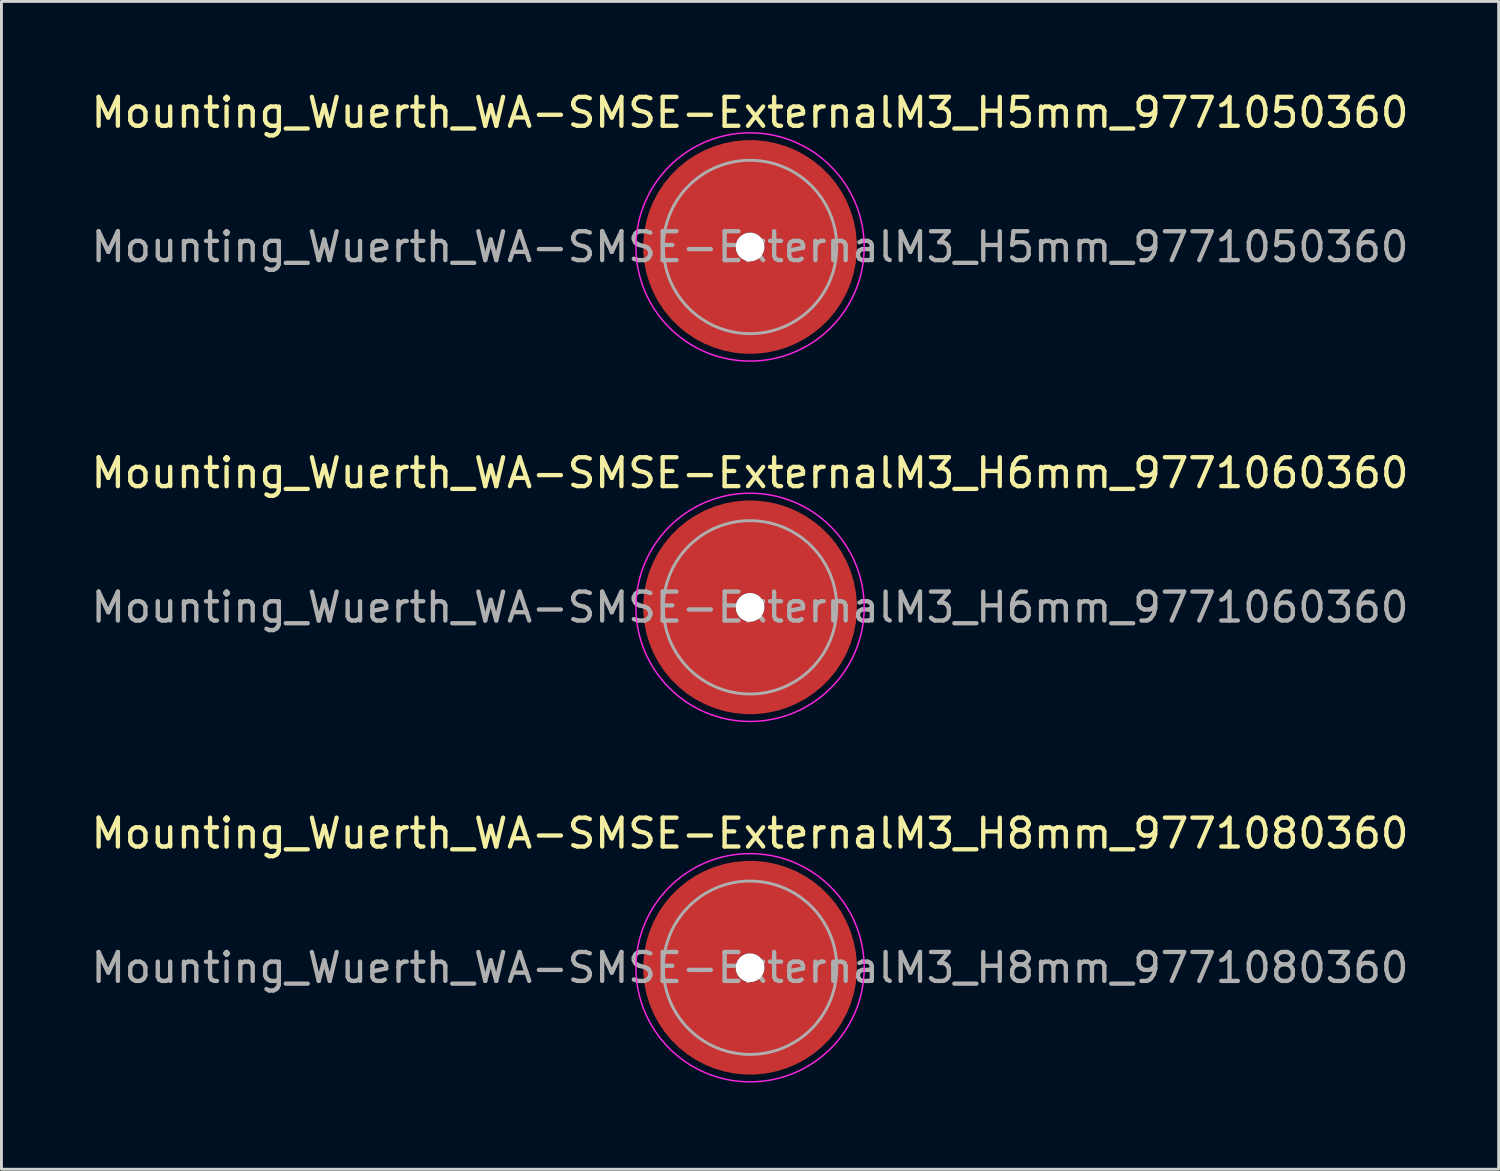
<source format=kicad_pcb>
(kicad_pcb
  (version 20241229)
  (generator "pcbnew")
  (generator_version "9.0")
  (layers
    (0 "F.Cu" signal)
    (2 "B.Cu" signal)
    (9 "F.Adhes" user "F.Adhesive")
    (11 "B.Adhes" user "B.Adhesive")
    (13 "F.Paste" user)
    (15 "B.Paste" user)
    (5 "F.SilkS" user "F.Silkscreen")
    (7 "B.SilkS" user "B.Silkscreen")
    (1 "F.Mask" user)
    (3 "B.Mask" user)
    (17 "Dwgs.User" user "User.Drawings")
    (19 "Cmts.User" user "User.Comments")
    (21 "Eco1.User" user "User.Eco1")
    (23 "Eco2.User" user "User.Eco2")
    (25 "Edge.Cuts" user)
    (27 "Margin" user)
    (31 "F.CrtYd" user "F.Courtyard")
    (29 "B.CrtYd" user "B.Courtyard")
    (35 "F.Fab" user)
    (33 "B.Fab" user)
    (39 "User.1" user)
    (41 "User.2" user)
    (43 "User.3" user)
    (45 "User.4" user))
  (footprint "Mounting_Wuerth_WA-SMSE-ExternalM3_H5mm_9771050360"
    (layer "F.Cu")
    (at 22.911 5.498)
    (property "Reference" "Mounting_Wuerth_WA-SMSE-ExternalM3_H5mm_9771050360" (at 0 -4.65 0) (layer "F.SilkS") (effects (font (size 1 1) (thickness 0.15))))
    (attr smd)
    (fp_circle (center 0 0) (end 3.95 0) (stroke (width 0.05) (type solid)) (fill no) (layer "F.CrtYd"))
    (fp_circle (center 0 0) (end 3 0) (stroke (width 0.1) (type solid)) (fill no) (layer "F.Fab"))
    (fp_text user "${REFERENCE}" (at 0 0 0) (layer "F.Fab") (effects (font (size 1 1) (thickness 0.15))))
    (pad "" smd custom (at 0 -2.1) (size 2.6 2.6) (layers "F.Paste") (options (anchor circle)) (primitives (gr_arc (start -0.305123 1.47) (mid -0.000513 1.4) (end 0.3042 1.469554) (width 0.2)) (gr_arc (start -0.493052 1.47) (mid -0.000664 1.3) (end 0.492006 1.469183) (width 0.2)) (gr_arc (start -0.642729 1.47) (mid -0.000361 1.2) (end 0.642223 1.469484) (width 0.2)) (gr_arc (start -0.776595 1.47) (mid -0.00087 1.1) (end 0.775497 1.468649) (width 0.2)) (gr_arc (start -0.901721 1.47) (mid -0.00018 1) (end 0.901515 1.469705) (width 0.2)) (gr_arc (start -1.021323 1.47) (mid -0.000665 0.9) (end 1.020624 1.468868) (width 0.2)) (gr_arc (start -1.137146 1.47) (mid -0.000289 0.8) (end 1.136866 1.469495) (width 0.2)) (gr_arc (start -1.25024 1.47) (mid -0.000155 0.7) (end 1.250101 1.469724) (width 0.2)) (gr_arc (start -1.361286 1.47) (mid -0.000403 0.6) (end 1.360947 1.469268) (width 0.2)) (gr_arc (start -1.470748 1.47) (mid -0.000334 0.5) (end 1.470485 1.469386) (width 0.2)) (gr_arc (start -1.578955 1.47) (mid -0.001427 0.400001) (end 1.577895 1.46735) (width 0.2)) (gr_arc (start -1.686149 1.47) (mid -0.000398 0.3) (end 1.68587 1.469254) (width 0.2)) (gr_arc (start -1.792512 1.47) (mid -0.001173 0.200001) (end 1.791733 1.467788) (width 0.2)) (gr_arc (start -1.898183 1.47) (mid -0.001368 0.100001) (end 1.89732 1.467404) (width 0.2)) (gr_arc (start -2.003272 1.47) (mid -0.001554 0.000001) (end 2.002338 1.467036) (width 0.2)) (gr_arc (start -2.107866 1.47) (mid -0.00037 -0.1) (end 2.107654 1.469292) (width 0.2)) (gr_arc (start -2.212035 1.47) (mid -0.00011 -0.2) (end 2.211975 1.469788) (width 0.2)) (gr_arc (start -2.315837 1.47) (mid -0.001322 -0.3) (end 2.315142 1.46745) (width 0.2)) (gr_arc (start -2.419318 1.47) (mid -0.000179 -0.4) (end 2.419228 1.469653) (width 0.2)) (gr_arc (start -2.522519 1.47) (mid -0.001235 -0.5) (end 2.521919 1.467604) (width 0.2)) (gr_arc (start -2.625471 1.47) (mid -0.000311 -0.6) (end 2.625326 1.469395) (width 0.2)) (gr_arc (start -2.728205 1.47) (mid -0.002303 -0.7) (end 2.727165 1.465513) (width 0.2)) (gr_arc (start -2.830742 1.47) (mid -0.000149 -0.8) (end 2.830677 1.469709) (width 0.2)) (gr_arc (start -2.933104 1.47) (mid -0.001447 -0.899999) (end 2.932495 1.46717) (width 0.2)) (gr_arc (start -3.035309 1.47) (mid -0.001317 -1) (end 3.034773 1.467421) (width 0.2)) (gr_arc (start -3.137372 1.47) (mid -0.002554 -1.099999) (end 3.136362 1.464993) (width 0.2)) (gr_arc (start -3.239305 1.47) (mid -0.002543 -1.199999) (end 3.23833 1.465008) (width 0.2)) (gr_arc (start -3.341123 1.47) (mid -0.001289 -1.3) (end 3.340644 1.467467) (width 0.2)) (gr_arc (start -3.442833 1.47) (mid -0.001847 -1.399999) (end 3.442166 1.466366) (width 0.2)) (gr_line (start 0.305 1.47) (end 3.443 1.47) (width 0.2)) (gr_line (start -0.305 1.47) (end -3.443 1.47) (width 0.2))))
    (pad "" np_thru_hole circle (at 0 0) (size 1 1) (drill 1) (layers "*.Cu" "*.Mask"))
    (pad "" smd custom (at 0 2.1) (size 2.6 2.6) (layers "F.Paste") (options (anchor circle)) (primitives (gr_arc (start 0.305123 -1.47) (mid 0.000513 -1.4) (end -0.3042 -1.469554) (width 0.2)) (gr_arc (start 0.493052 -1.47) (mid 0.000664 -1.3) (end -0.492006 -1.469183) (width 0.2)) (gr_arc (start 0.642729 -1.47) (mid 0.000361 -1.2) (end -0.642223 -1.469484) (width 0.2)) (gr_arc (start 0.776595 -1.47) (mid 0.00087 -1.1) (end -0.775497 -1.468649) (width 0.2)) (gr_arc (start 0.901721 -1.47) (mid 0.00018 -1) (end -0.901515 -1.469705) (width 0.2)) (gr_arc (start 1.021323 -1.47) (mid 0.000665 -0.9) (end -1.020624 -1.468868) (width 0.2)) (gr_arc (start 1.137146 -1.47) (mid 0.000289 -0.8) (end -1.136866 -1.469495) (width 0.2)) (gr_arc (start 1.25024 -1.47) (mid 0.000155 -0.7) (end -1.250101 -1.469724) (width 0.2)) (gr_arc (start 1.361286 -1.47) (mid 0.000403 -0.6) (end -1.360947 -1.469268) (width 0.2)) (gr_arc (start 1.470748 -1.47) (mid 0.000334 -0.5) (end -1.470485 -1.469386) (width 0.2)) (gr_arc (start 1.578955 -1.47) (mid 0.001427 -0.400001) (end -1.577895 -1.46735) (width 0.2)) (gr_arc (start 1.686149 -1.47) (mid 0.000398 -0.3) (end -1.68587 -1.469254) (width 0.2)) (gr_arc (start 1.792512 -1.47) (mid 0.001173 -0.200001) (end -1.791733 -1.467788) (width 0.2)) (gr_arc (start 1.898183 -1.47) (mid 0.001368 -0.100001) (end -1.89732 -1.467404) (width 0.2)) (gr_arc (start 2.003272 -1.47) (mid 0.001554 -0.000001) (end -2.002338 -1.467036) (width 0.2)) (gr_arc (start 2.107866 -1.47) (mid 0.00037 0.1) (end -2.107654 -1.469292) (width 0.2)) (gr_arc (start 2.212035 -1.47) (mid 0.00011 0.2) (end -2.211975 -1.469788) (width 0.2)) (gr_arc (start 2.315837 -1.47) (mid 0.001322 0.3) (end -2.315142 -1.46745) (width 0.2)) (gr_arc (start 2.419318 -1.47) (mid 0.000179 0.4) (end -2.419228 -1.469653) (width 0.2)) (gr_arc (start 2.522519 -1.47) (mid 0.001235 0.5) (end -2.521919 -1.467604) (width 0.2)) (gr_arc (start 2.625471 -1.47) (mid 0.000311 0.6) (end -2.625326 -1.469395) (width 0.2)) (gr_arc (start 2.728205 -1.47) (mid 0.002303 0.7) (end -2.727165 -1.465513) (width 0.2)) (gr_arc (start 2.830742 -1.47) (mid 0.000149 0.8) (end -2.830677 -1.469709) (width 0.2)) (gr_arc (start 2.933104 -1.47) (mid 0.001447 0.899999) (end -2.932495 -1.46717) (width 0.2)) (gr_arc (start 3.035309 -1.47) (mid 0.001317 1) (end -3.034773 -1.467421) (width 0.2)) (gr_arc (start 3.137372 -1.47) (mid 0.002554 1.099999) (end -3.136362 -1.464993) (width 0.2)) (gr_arc (start 3.239305 -1.47) (mid 0.002543 1.199999) (end -3.23833 -1.465008) (width 0.2)) (gr_arc (start 3.341123 -1.47) (mid 0.001289 1.3) (end -3.340644 -1.467467) (width 0.2)) (gr_arc (start 3.442833 -1.47) (mid 0.001847 1.399999) (end -3.442166 -1.466366) (width 0.2)) (gr_line (start -0.305 -1.47) (end -3.443 -1.47) (width 0.2)) (gr_line (start 0.305 -1.47) (end 3.443 -1.47) (width 0.2))))
    (pad "1" smd circle (at -2.1 0) (size 2.8 2.8) (layers "F.Cu"))
    (pad "1" smd circle (at 0 -2.1) (size 2.8 2.8) (layers "F.Cu"))
    (pad "1" smd circle (at 0 2.1) (size 2.8 2.8) (layers "F.Cu"))
    (pad "1" smd custom (at 2.1 0) (size 2.8 2.8) (layers "F.Cu" "F.Mask") (options (anchor circle)) (primitives (gr_circle (center -2.1 0) (end 0 0) (width 3.2) (fill no)))))
  (footprint "Mounting_Wuerth_WA-SMSE-ExternalM3_H6mm_9771060360"
    (layer "F.Cu")
    (at 22.911 17.971)
    (property "Reference" "Mounting_Wuerth_WA-SMSE-ExternalM3_H6mm_9771060360" (at 0 -4.65 0) (layer "F.SilkS") (effects (font (size 1 1) (thickness 0.15))))
    (attr smd)
    (fp_circle (center 0 0) (end 3.95 0) (stroke (width 0.05) (type solid)) (fill no) (layer "F.CrtYd"))
    (fp_circle (center 0 0) (end 3 0) (stroke (width 0.1) (type solid)) (fill no) (layer "F.Fab"))
    (fp_text user "${REFERENCE}" (at 0 0 0) (layer "F.Fab") (effects (font (size 1 1) (thickness 0.15))))
    (pad "" smd custom (at 0 -2.1) (size 2.6 2.6) (layers "F.Paste") (options (anchor circle)) (primitives (gr_arc (start -0.305123 1.47) (mid -0.000513 1.4) (end 0.3042 1.469554) (width 0.2)) (gr_arc (start -0.493052 1.47) (mid -0.000664 1.3) (end 0.492006 1.469183) (width 0.2)) (gr_arc (start -0.642729 1.47) (mid -0.000361 1.2) (end 0.642223 1.469484) (width 0.2)) (gr_arc (start -0.776595 1.47) (mid -0.00087 1.1) (end 0.775497 1.468649) (width 0.2)) (gr_arc (start -0.901721 1.47) (mid -0.00018 1) (end 0.901515 1.469705) (width 0.2)) (gr_arc (start -1.021323 1.47) (mid -0.000665 0.9) (end 1.020624 1.468868) (width 0.2)) (gr_arc (start -1.137146 1.47) (mid -0.000289 0.8) (end 1.136866 1.469495) (width 0.2)) (gr_arc (start -1.25024 1.47) (mid -0.000155 0.7) (end 1.250101 1.469724) (width 0.2)) (gr_arc (start -1.361286 1.47) (mid -0.000403 0.6) (end 1.360947 1.469268) (width 0.2)) (gr_arc (start -1.470748 1.47) (mid -0.000334 0.5) (end 1.470485 1.469386) (width 0.2)) (gr_arc (start -1.578955 1.47) (mid -0.001427 0.400001) (end 1.577895 1.46735) (width 0.2)) (gr_arc (start -1.686149 1.47) (mid -0.000398 0.3) (end 1.68587 1.469254) (width 0.2)) (gr_arc (start -1.792512 1.47) (mid -0.001173 0.200001) (end 1.791733 1.467788) (width 0.2)) (gr_arc (start -1.898183 1.47) (mid -0.001368 0.100001) (end 1.89732 1.467404) (width 0.2)) (gr_arc (start -2.003272 1.47) (mid -0.001554 0.000001) (end 2.002338 1.467036) (width 0.2)) (gr_arc (start -2.107866 1.47) (mid -0.00037 -0.1) (end 2.107654 1.469292) (width 0.2)) (gr_arc (start -2.212035 1.47) (mid -0.00011 -0.2) (end 2.211975 1.469788) (width 0.2)) (gr_arc (start -2.315837 1.47) (mid -0.001322 -0.3) (end 2.315142 1.46745) (width 0.2)) (gr_arc (start -2.419318 1.47) (mid -0.000179 -0.4) (end 2.419228 1.469653) (width 0.2)) (gr_arc (start -2.522519 1.47) (mid -0.001235 -0.5) (end 2.521919 1.467604) (width 0.2)) (gr_arc (start -2.625471 1.47) (mid -0.000311 -0.6) (end 2.625326 1.469395) (width 0.2)) (gr_arc (start -2.728205 1.47) (mid -0.002303 -0.7) (end 2.727165 1.465513) (width 0.2)) (gr_arc (start -2.830742 1.47) (mid -0.000149 -0.8) (end 2.830677 1.469709) (width 0.2)) (gr_arc (start -2.933104 1.47) (mid -0.001447 -0.899999) (end 2.932495 1.46717) (width 0.2)) (gr_arc (start -3.035309 1.47) (mid -0.001317 -1) (end 3.034773 1.467421) (width 0.2)) (gr_arc (start -3.137372 1.47) (mid -0.002554 -1.099999) (end 3.136362 1.464993) (width 0.2)) (gr_arc (start -3.239305 1.47) (mid -0.002543 -1.199999) (end 3.23833 1.465008) (width 0.2)) (gr_arc (start -3.341123 1.47) (mid -0.001289 -1.3) (end 3.340644 1.467467) (width 0.2)) (gr_arc (start -3.442833 1.47) (mid -0.001847 -1.399999) (end 3.442166 1.466366) (width 0.2)) (gr_line (start 0.305 1.47) (end 3.443 1.47) (width 0.2)) (gr_line (start -0.305 1.47) (end -3.443 1.47) (width 0.2))))
    (pad "" np_thru_hole circle (at 0 0) (size 1 1) (drill 1) (layers "*.Cu" "*.Mask"))
    (pad "" smd custom (at 0 2.1) (size 2.6 2.6) (layers "F.Paste") (options (anchor circle)) (primitives (gr_arc (start 0.305123 -1.47) (mid 0.000513 -1.4) (end -0.3042 -1.469554) (width 0.2)) (gr_arc (start 0.493052 -1.47) (mid 0.000664 -1.3) (end -0.492006 -1.469183) (width 0.2)) (gr_arc (start 0.642729 -1.47) (mid 0.000361 -1.2) (end -0.642223 -1.469484) (width 0.2)) (gr_arc (start 0.776595 -1.47) (mid 0.00087 -1.1) (end -0.775497 -1.468649) (width 0.2)) (gr_arc (start 0.901721 -1.47) (mid 0.00018 -1) (end -0.901515 -1.469705) (width 0.2)) (gr_arc (start 1.021323 -1.47) (mid 0.000665 -0.9) (end -1.020624 -1.468868) (width 0.2)) (gr_arc (start 1.137146 -1.47) (mid 0.000289 -0.8) (end -1.136866 -1.469495) (width 0.2)) (gr_arc (start 1.25024 -1.47) (mid 0.000155 -0.7) (end -1.250101 -1.469724) (width 0.2)) (gr_arc (start 1.361286 -1.47) (mid 0.000403 -0.6) (end -1.360947 -1.469268) (width 0.2)) (gr_arc (start 1.470748 -1.47) (mid 0.000334 -0.5) (end -1.470485 -1.469386) (width 0.2)) (gr_arc (start 1.578955 -1.47) (mid 0.001427 -0.400001) (end -1.577895 -1.46735) (width 0.2)) (gr_arc (start 1.686149 -1.47) (mid 0.000398 -0.3) (end -1.68587 -1.469254) (width 0.2)) (gr_arc (start 1.792512 -1.47) (mid 0.001173 -0.200001) (end -1.791733 -1.467788) (width 0.2)) (gr_arc (start 1.898183 -1.47) (mid 0.001368 -0.100001) (end -1.89732 -1.467404) (width 0.2)) (gr_arc (start 2.003272 -1.47) (mid 0.001554 -0.000001) (end -2.002338 -1.467036) (width 0.2)) (gr_arc (start 2.107866 -1.47) (mid 0.00037 0.1) (end -2.107654 -1.469292) (width 0.2)) (gr_arc (start 2.212035 -1.47) (mid 0.00011 0.2) (end -2.211975 -1.469788) (width 0.2)) (gr_arc (start 2.315837 -1.47) (mid 0.001322 0.3) (end -2.315142 -1.46745) (width 0.2)) (gr_arc (start 2.419318 -1.47) (mid 0.000179 0.4) (end -2.419228 -1.469653) (width 0.2)) (gr_arc (start 2.522519 -1.47) (mid 0.001235 0.5) (end -2.521919 -1.467604) (width 0.2)) (gr_arc (start 2.625471 -1.47) (mid 0.000311 0.6) (end -2.625326 -1.469395) (width 0.2)) (gr_arc (start 2.728205 -1.47) (mid 0.002303 0.7) (end -2.727165 -1.465513) (width 0.2)) (gr_arc (start 2.830742 -1.47) (mid 0.000149 0.8) (end -2.830677 -1.469709) (width 0.2)) (gr_arc (start 2.933104 -1.47) (mid 0.001447 0.899999) (end -2.932495 -1.46717) (width 0.2)) (gr_arc (start 3.035309 -1.47) (mid 0.001317 1) (end -3.034773 -1.467421) (width 0.2)) (gr_arc (start 3.137372 -1.47) (mid 0.002554 1.099999) (end -3.136362 -1.464993) (width 0.2)) (gr_arc (start 3.239305 -1.47) (mid 0.002543 1.199999) (end -3.23833 -1.465008) (width 0.2)) (gr_arc (start 3.341123 -1.47) (mid 0.001289 1.3) (end -3.340644 -1.467467) (width 0.2)) (gr_arc (start 3.442833 -1.47) (mid 0.001847 1.399999) (end -3.442166 -1.466366) (width 0.2)) (gr_line (start -0.305 -1.47) (end -3.443 -1.47) (width 0.2)) (gr_line (start 0.305 -1.47) (end 3.443 -1.47) (width 0.2))))
    (pad "1" smd circle (at -2.1 0) (size 2.8 2.8) (layers "F.Cu"))
    (pad "1" smd circle (at 0 -2.1) (size 2.8 2.8) (layers "F.Cu"))
    (pad "1" smd circle (at 0 2.1) (size 2.8 2.8) (layers "F.Cu"))
    (pad "1" smd custom (at 2.1 0) (size 2.8 2.8) (layers "F.Cu" "F.Mask") (options (anchor circle)) (primitives (gr_circle (center -2.1 0) (end 0 0) (width 3.2) (fill no)))))
  (footprint "Mounting_Wuerth_WA-SMSE-ExternalM3_H8mm_9771080360"
    (layer "F.Cu")
    (at 22.911 30.445)
    (property "Reference" "Mounting_Wuerth_WA-SMSE-ExternalM3_H8mm_9771080360" (at 0 -4.65 0) (layer "F.SilkS") (effects (font (size 1 1) (thickness 0.15))))
    (attr smd)
    (fp_circle (center 0 0) (end 3.95 0) (stroke (width 0.05) (type solid)) (fill no) (layer "F.CrtYd"))
    (fp_circle (center 0 0) (end 3 0) (stroke (width 0.1) (type solid)) (fill no) (layer "F.Fab"))
    (fp_text user "${REFERENCE}" (at 0 0 0) (layer "F.Fab") (effects (font (size 1 1) (thickness 0.15))))
    (pad "" smd custom (at 0 -2.1) (size 2.6 2.6) (layers "F.Paste") (options (anchor circle)) (primitives (gr_arc (start -0.305123 1.47) (mid -0.000513 1.4) (end 0.3042 1.469554) (width 0.2)) (gr_arc (start -0.493052 1.47) (mid -0.000664 1.3) (end 0.492006 1.469183) (width 0.2)) (gr_arc (start -0.642729 1.47) (mid -0.000361 1.2) (end 0.642223 1.469484) (width 0.2)) (gr_arc (start -0.776595 1.47) (mid -0.00087 1.1) (end 0.775497 1.468649) (width 0.2)) (gr_arc (start -0.901721 1.47) (mid -0.00018 1) (end 0.901515 1.469705) (width 0.2)) (gr_arc (start -1.021323 1.47) (mid -0.000665 0.9) (end 1.020624 1.468868) (width 0.2)) (gr_arc (start -1.137146 1.47) (mid -0.000289 0.8) (end 1.136866 1.469495) (width 0.2)) (gr_arc (start -1.25024 1.47) (mid -0.000155 0.7) (end 1.250101 1.469724) (width 0.2)) (gr_arc (start -1.361286 1.47) (mid -0.000403 0.6) (end 1.360947 1.469268) (width 0.2)) (gr_arc (start -1.470748 1.47) (mid -0.000334 0.5) (end 1.470485 1.469386) (width 0.2)) (gr_arc (start -1.578955 1.47) (mid -0.001427 0.400001) (end 1.577895 1.46735) (width 0.2)) (gr_arc (start -1.686149 1.47) (mid -0.000398 0.3) (end 1.68587 1.469254) (width 0.2)) (gr_arc (start -1.792512 1.47) (mid -0.001173 0.200001) (end 1.791733 1.467788) (width 0.2)) (gr_arc (start -1.898183 1.47) (mid -0.001368 0.100001) (end 1.89732 1.467404) (width 0.2)) (gr_arc (start -2.003272 1.47) (mid -0.001554 0.000001) (end 2.002338 1.467036) (width 0.2)) (gr_arc (start -2.107866 1.47) (mid -0.00037 -0.1) (end 2.107654 1.469292) (width 0.2)) (gr_arc (start -2.212035 1.47) (mid -0.00011 -0.2) (end 2.211975 1.469788) (width 0.2)) (gr_arc (start -2.315837 1.47) (mid -0.001322 -0.3) (end 2.315142 1.46745) (width 0.2)) (gr_arc (start -2.419318 1.47) (mid -0.000179 -0.4) (end 2.419228 1.469653) (width 0.2)) (gr_arc (start -2.522519 1.47) (mid -0.001235 -0.5) (end 2.521919 1.467604) (width 0.2)) (gr_arc (start -2.625471 1.47) (mid -0.000311 -0.6) (end 2.625326 1.469395) (width 0.2)) (gr_arc (start -2.728205 1.47) (mid -0.002303 -0.7) (end 2.727165 1.465513) (width 0.2)) (gr_arc (start -2.830742 1.47) (mid -0.000149 -0.8) (end 2.830677 1.469709) (width 0.2)) (gr_arc (start -2.933104 1.47) (mid -0.001447 -0.899999) (end 2.932495 1.46717) (width 0.2)) (gr_arc (start -3.035309 1.47) (mid -0.001317 -1) (end 3.034773 1.467421) (width 0.2)) (gr_arc (start -3.137372 1.47) (mid -0.002554 -1.099999) (end 3.136362 1.464993) (width 0.2)) (gr_arc (start -3.239305 1.47) (mid -0.002543 -1.199999) (end 3.23833 1.465008) (width 0.2)) (gr_arc (start -3.341123 1.47) (mid -0.001289 -1.3) (end 3.340644 1.467467) (width 0.2)) (gr_arc (start -3.442833 1.47) (mid -0.001847 -1.399999) (end 3.442166 1.466366) (width 0.2)) (gr_line (start 0.305 1.47) (end 3.443 1.47) (width 0.2)) (gr_line (start -0.305 1.47) (end -3.443 1.47) (width 0.2))))
    (pad "" np_thru_hole circle (at 0 0) (size 1 1) (drill 1) (layers "*.Cu" "*.Mask"))
    (pad "" smd custom (at 0 2.1) (size 2.6 2.6) (layers "F.Paste") (options (anchor circle)) (primitives (gr_arc (start 0.305123 -1.47) (mid 0.000513 -1.4) (end -0.3042 -1.469554) (width 0.2)) (gr_arc (start 0.493052 -1.47) (mid 0.000664 -1.3) (end -0.492006 -1.469183) (width 0.2)) (gr_arc (start 0.642729 -1.47) (mid 0.000361 -1.2) (end -0.642223 -1.469484) (width 0.2)) (gr_arc (start 0.776595 -1.47) (mid 0.00087 -1.1) (end -0.775497 -1.468649) (width 0.2)) (gr_arc (start 0.901721 -1.47) (mid 0.00018 -1) (end -0.901515 -1.469705) (width 0.2)) (gr_arc (start 1.021323 -1.47) (mid 0.000665 -0.9) (end -1.020624 -1.468868) (width 0.2)) (gr_arc (start 1.137146 -1.47) (mid 0.000289 -0.8) (end -1.136866 -1.469495) (width 0.2)) (gr_arc (start 1.25024 -1.47) (mid 0.000155 -0.7) (end -1.250101 -1.469724) (width 0.2)) (gr_arc (start 1.361286 -1.47) (mid 0.000403 -0.6) (end -1.360947 -1.469268) (width 0.2)) (gr_arc (start 1.470748 -1.47) (mid 0.000334 -0.5) (end -1.470485 -1.469386) (width 0.2)) (gr_arc (start 1.578955 -1.47) (mid 0.001427 -0.400001) (end -1.577895 -1.46735) (width 0.2)) (gr_arc (start 1.686149 -1.47) (mid 0.000398 -0.3) (end -1.68587 -1.469254) (width 0.2)) (gr_arc (start 1.792512 -1.47) (mid 0.001173 -0.200001) (end -1.791733 -1.467788) (width 0.2)) (gr_arc (start 1.898183 -1.47) (mid 0.001368 -0.100001) (end -1.89732 -1.467404) (width 0.2)) (gr_arc (start 2.003272 -1.47) (mid 0.001554 -0.000001) (end -2.002338 -1.467036) (width 0.2)) (gr_arc (start 2.107866 -1.47) (mid 0.00037 0.1) (end -2.107654 -1.469292) (width 0.2)) (gr_arc (start 2.212035 -1.47) (mid 0.00011 0.2) (end -2.211975 -1.469788) (width 0.2)) (gr_arc (start 2.315837 -1.47) (mid 0.001322 0.3) (end -2.315142 -1.46745) (width 0.2)) (gr_arc (start 2.419318 -1.47) (mid 0.000179 0.4) (end -2.419228 -1.469653) (width 0.2)) (gr_arc (start 2.522519 -1.47) (mid 0.001235 0.5) (end -2.521919 -1.467604) (width 0.2)) (gr_arc (start 2.625471 -1.47) (mid 0.000311 0.6) (end -2.625326 -1.469395) (width 0.2)) (gr_arc (start 2.728205 -1.47) (mid 0.002303 0.7) (end -2.727165 -1.465513) (width 0.2)) (gr_arc (start 2.830742 -1.47) (mid 0.000149 0.8) (end -2.830677 -1.469709) (width 0.2)) (gr_arc (start 2.933104 -1.47) (mid 0.001447 0.899999) (end -2.932495 -1.46717) (width 0.2)) (gr_arc (start 3.035309 -1.47) (mid 0.001317 1) (end -3.034773 -1.467421) (width 0.2)) (gr_arc (start 3.137372 -1.47) (mid 0.002554 1.099999) (end -3.136362 -1.464993) (width 0.2)) (gr_arc (start 3.239305 -1.47) (mid 0.002543 1.199999) (end -3.23833 -1.465008) (width 0.2)) (gr_arc (start 3.341123 -1.47) (mid 0.001289 1.3) (end -3.340644 -1.467467) (width 0.2)) (gr_arc (start 3.442833 -1.47) (mid 0.001847 1.399999) (end -3.442166 -1.466366) (width 0.2)) (gr_line (start -0.305 -1.47) (end -3.443 -1.47) (width 0.2)) (gr_line (start 0.305 -1.47) (end 3.443 -1.47) (width 0.2))))
    (pad "1" smd circle (at -2.1 0) (size 2.8 2.8) (layers "F.Cu"))
    (pad "1" smd circle (at 0 -2.1) (size 2.8 2.8) (layers "F.Cu"))
    (pad "1" smd circle (at 0 2.1) (size 2.8 2.8) (layers "F.Cu"))
    (pad "1" smd custom (at 2.1 0) (size 2.8 2.8) (layers "F.Cu" "F.Mask") (options (anchor circle)) (primitives (gr_circle (center -2.1 0) (end 0 0) (width 3.2) (fill no)))))
  (gr_rect
    (start -3 -3)
    (end 48.821 37.42)
    (stroke (width 0.1) (type default))
    (fill no)
    (layer "Edge.Cuts")))
</source>
